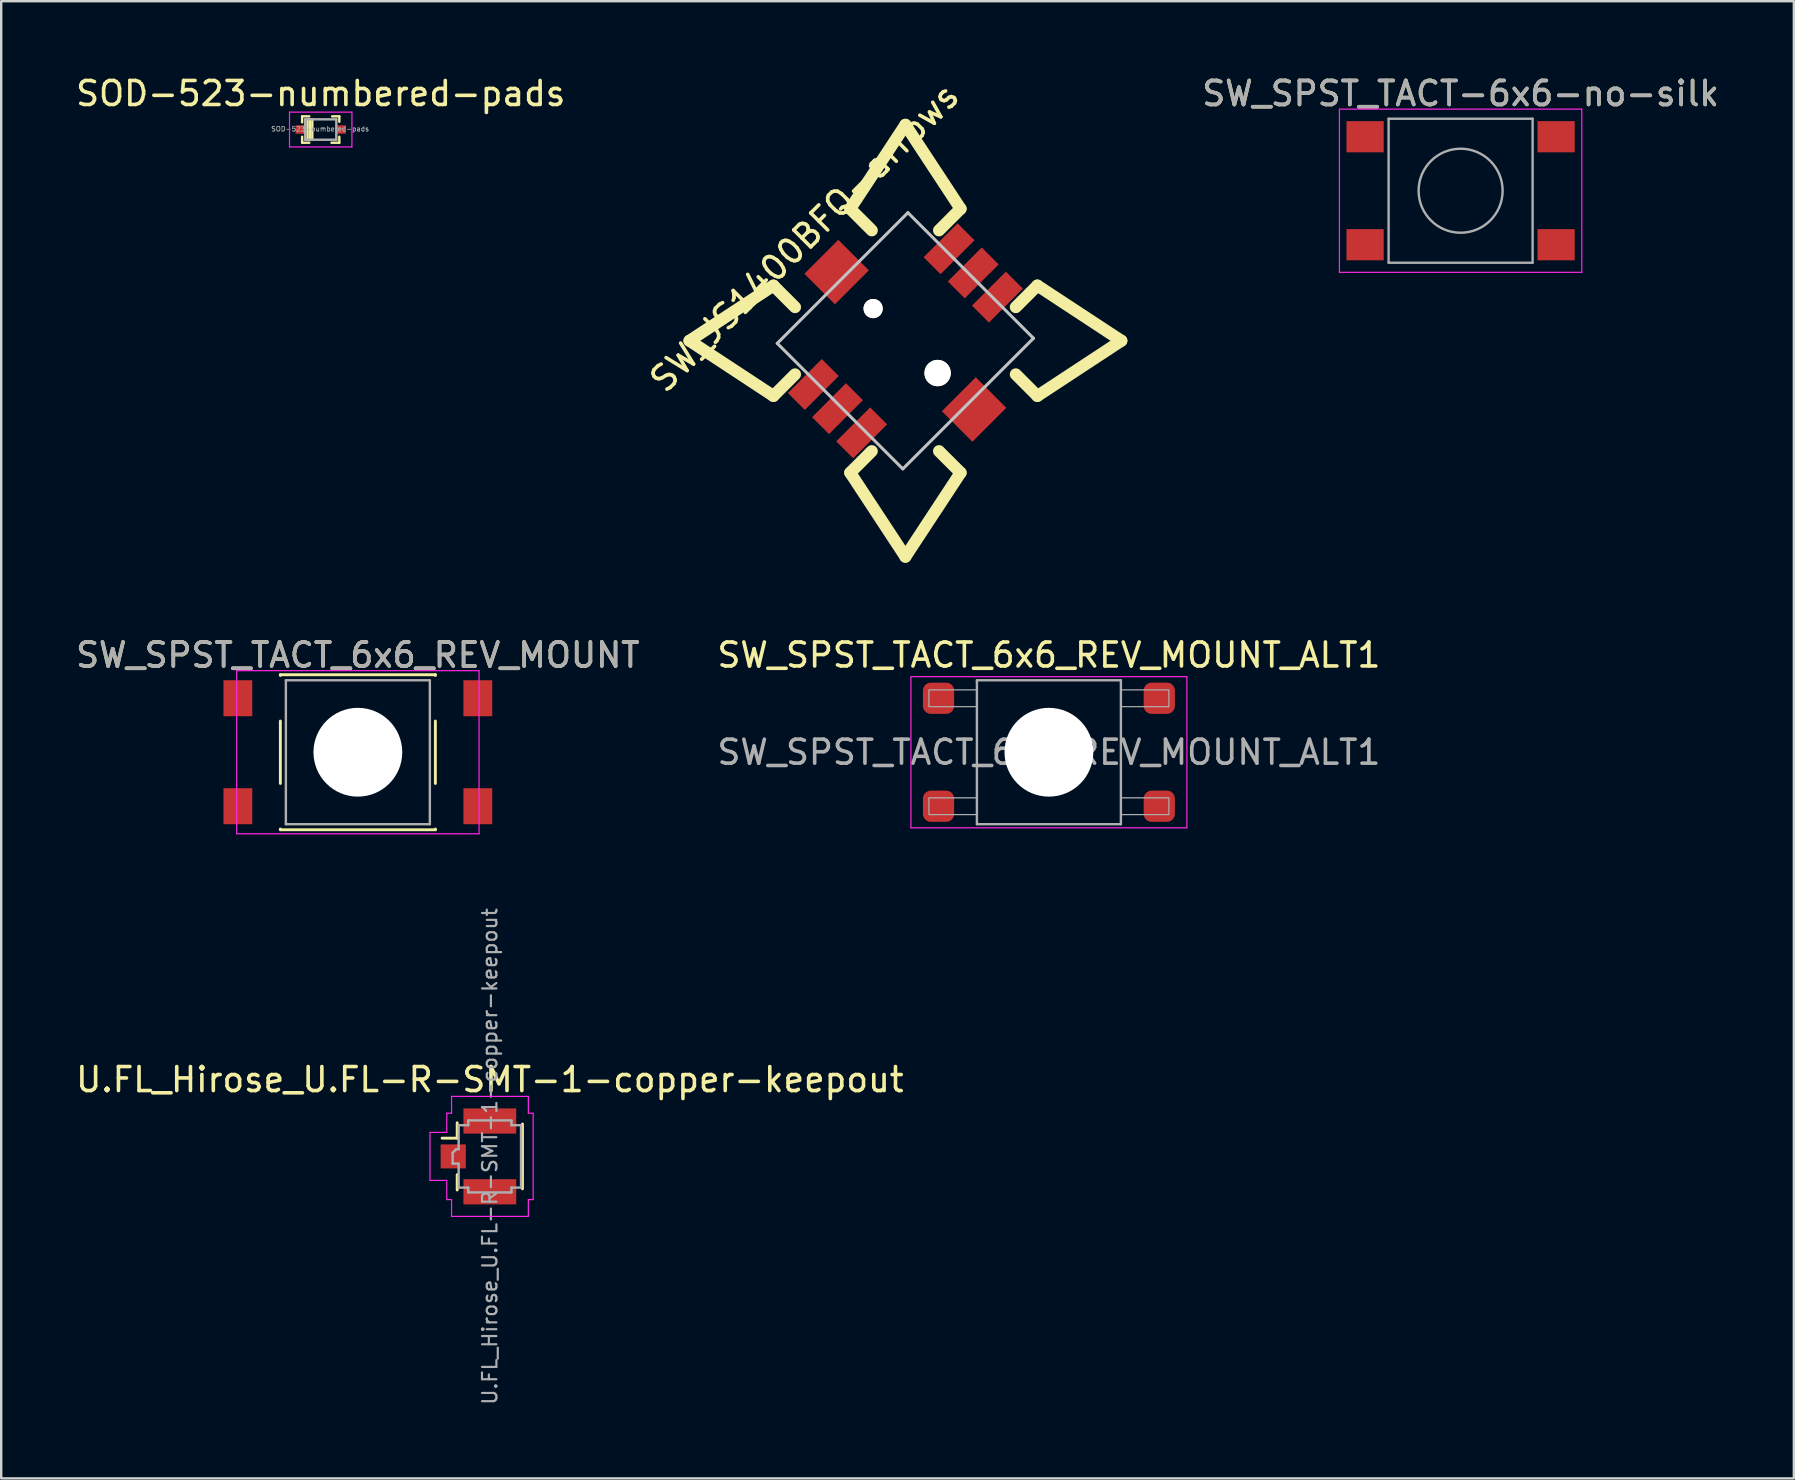
<source format=kicad_pcb>
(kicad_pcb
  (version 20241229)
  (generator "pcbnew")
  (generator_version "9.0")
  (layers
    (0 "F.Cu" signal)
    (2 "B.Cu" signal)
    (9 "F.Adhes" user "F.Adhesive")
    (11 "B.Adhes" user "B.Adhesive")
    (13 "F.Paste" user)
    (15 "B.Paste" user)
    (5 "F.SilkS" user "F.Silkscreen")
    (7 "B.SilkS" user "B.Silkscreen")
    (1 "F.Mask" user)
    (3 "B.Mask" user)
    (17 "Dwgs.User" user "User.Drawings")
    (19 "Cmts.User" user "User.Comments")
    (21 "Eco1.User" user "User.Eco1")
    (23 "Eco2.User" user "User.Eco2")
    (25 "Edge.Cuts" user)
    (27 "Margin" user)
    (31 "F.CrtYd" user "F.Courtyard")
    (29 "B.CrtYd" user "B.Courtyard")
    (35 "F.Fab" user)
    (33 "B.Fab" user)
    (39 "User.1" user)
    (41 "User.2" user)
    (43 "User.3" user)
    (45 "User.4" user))
  (footprint "SOD-523-numbered-pads"
    (layer "F.Cu")
    (at 10.315 2.348)
    (property "Reference" "SOD-523-numbered-pads" (at 0 -1.5 0) (layer "F.SilkS") (effects (font (size 1 1) (thickness 0.15))))
    (attr through_hole)
    (fp_line (start -0.775 -0.55) (end -0.775 -0.3) (stroke (width 0.1) (type solid)) (layer "F.SilkS"))
    (fp_line (start -0.775 0.3) (end -0.775 0.55) (stroke (width 0.1) (type solid)) (layer "F.SilkS"))
    (fp_line (start -0.55 -0.43) (end -0.35 -0.43) (stroke (width 0.1) (type solid)) (layer "F.SilkS"))
    (fp_line (start -0.55 0.425) (end -0.55 -0.425) (stroke (width 0.1) (type solid)) (layer "F.SilkS"))
    (fp_line (start -0.55 0.43) (end -0.35 0.43) (stroke (width 0.1) (type solid)) (layer "F.SilkS"))
    (fp_line (start -0.475 -0.55) (end -0.775 -0.55) (stroke (width 0.1) (type solid)) (layer "F.SilkS"))
    (fp_line (start -0.475 0.55) (end -0.775 0.55) (stroke (width 0.1) (type solid)) (layer "F.SilkS"))
    (fp_line (start -0.45 0.425) (end -0.45 -0.425) (stroke (width 0.1) (type solid)) (layer "F.SilkS"))
    (fp_line (start -0.35 0.425) (end -0.35 -0.425) (stroke (width 0.1) (type solid)) (layer "F.SilkS"))
    (fp_line (start 0.475 -0.55) (end 0.775 -0.55) (stroke (width 0.1) (type solid)) (layer "F.SilkS"))
    (fp_line (start 0.775 -0.55) (end 0.775 -0.325) (stroke (width 0.1) (type solid)) (layer "F.SilkS"))
    (fp_line (start 0.775 0.55) (end 0.45 0.55) (stroke (width 0.1) (type solid)) (layer "F.SilkS"))
    (fp_line (start 0.775 0.55) (end 0.775 0.3) (stroke (width 0.1) (type solid)) (layer "F.SilkS"))
    (fp_line (start -1.3 -0.725) (end 1.3 -0.725) (stroke (width 0.05) (type solid)) (layer "F.CrtYd"))
    (fp_line (start -1.3 0.725) (end -1.3 -0.725) (stroke (width 0.05) (type solid)) (layer "F.CrtYd"))
    (fp_line (start 1.3 -0.725) (end 1.3 0.725) (stroke (width 0.05) (type solid)) (layer "F.CrtYd"))
    (fp_line (start 1.3 0.725) (end -1.3 0.725) (stroke (width 0.05) (type solid)) (layer "F.CrtYd"))
    (fp_line (start -0.65 -0.425) (end 0.65 -0.425) (stroke (width 0.1) (type solid)) (layer "F.Fab"))
    (fp_line (start -0.65 0.425) (end -0.65 -0.425) (stroke (width 0.1) (type solid)) (layer "F.Fab"))
    (fp_line (start -0.65 0.425) (end 0.65 0.425) (stroke (width 0.1) (type solid)) (layer "F.Fab"))
    (fp_line (start 0.65 -0.425) (end 0.65 0.425) (stroke (width 0.1) (type solid)) (layer "F.Fab"))
    (fp_text user "${REFERENCE}" (at -0.025 -0.025 0) (layer "F.Fab") (effects (font (size 0.2 0.2) (thickness 0.03))))
    (pad "1" smd rect (at -0.85 0) (size 0.4 0.35) (layers "F.Cu" "F.Mask" "F.Paste"))
    (pad "2" smd rect (at 0.85 0) (size 0.4 0.35) (layers "F.Cu" "F.Mask" "F.Paste")))
  (footprint "U.FL_Hirose_U.FL-R-SMT-1-copper-keepout"
    (layer "F.Cu")
    (at 16.888 45.141)
    (property "Reference" "U.FL_Hirose_U.FL-R-SMT-1-copper-keepout" (at 0.475 -3.2 0) (layer "F.SilkS") (effects (font (size 1 1) (thickness 0.15))))
    (attr smd)
    (fp_line (start -0.885 -1.4) (end -0.885 -0.76) (stroke (width 0.12) (type solid)) (layer "F.SilkS"))
    (fp_line (start -0.885 -0.76) (end -1.515 -0.76) (stroke (width 0.12) (type solid)) (layer "F.SilkS"))
    (fp_line (start -0.885 1.4) (end -0.885 0.76) (stroke (width 0.12) (type solid)) (layer "F.SilkS"))
    (fp_line (start 1.835 -1.35) (end 1.835 1.35) (stroke (width 0.12) (type solid)) (layer "F.SilkS"))
    (fp_line (start -2.02 1) (end -2.02 -1) (stroke (width 0.05) (type solid)) (layer "F.CrtYd"))
    (fp_line (start -1.32 -1.8) (end -1.12 -1.8) (stroke (width 0.05) (type solid)) (layer "F.CrtYd"))
    (fp_line (start -1.32 -1) (end -2.02 -1) (stroke (width 0.05) (type solid)) (layer "F.CrtYd"))
    (fp_line (start -1.32 -1) (end -1.32 -1.8) (stroke (width 0.05) (type solid)) (layer "F.CrtYd"))
    (fp_line (start -1.32 1) (end -2.02 1) (stroke (width 0.05) (type solid)) (layer "F.CrtYd"))
    (fp_line (start -1.32 1.8) (end -1.32 1) (stroke (width 0.05) (type solid)) (layer "F.CrtYd"))
    (fp_line (start -1.32 1.8) (end -1.12 1.8) (stroke (width 0.05) (type solid)) (layer "F.CrtYd"))
    (fp_line (start -1.12 -1.8) (end -1.12 -2.5) (stroke (width 0.05) (type solid)) (layer "F.CrtYd"))
    (fp_line (start -1.12 2.5) (end -1.12 1.8) (stroke (width 0.05) (type solid)) (layer "F.CrtYd"))
    (fp_line (start 2.08 -2.5) (end -1.12 -2.5) (stroke (width 0.05) (type solid)) (layer "F.CrtYd"))
    (fp_line (start 2.08 -1.8) (end 2.08 -2.5) (stroke (width 0.05) (type solid)) (layer "F.CrtYd"))
    (fp_line (start 2.08 -1.8) (end 2.28 -1.8) (stroke (width 0.05) (type solid)) (layer "F.CrtYd"))
    (fp_line (start 2.08 1.8) (end 2.28 1.8) (stroke (width 0.05) (type solid)) (layer "F.CrtYd"))
    (fp_line (start 2.08 2.5) (end -1.12 2.5) (stroke (width 0.05) (type solid)) (layer "F.CrtYd"))
    (fp_line (start 2.08 2.5) (end 2.08 1.8) (stroke (width 0.05) (type solid)) (layer "F.CrtYd"))
    (fp_line (start 2.28 1.8) (end 2.28 -1.8) (stroke (width 0.05) (type solid)) (layer "F.CrtYd"))
    (fp_line (start -1.075 0.3) (end -1.075 -0.15) (stroke (width 0.1) (type solid)) (layer "F.Fab"))
    (fp_line (start -1.075 0.3) (end -0.825 0.3) (stroke (width 0.1) (type solid)) (layer "F.Fab"))
    (fp_line (start -0.925 -0.3) (end -1.075 -0.15) (stroke (width 0.1) (type solid)) (layer "F.Fab"))
    (fp_line (start -0.925 -0.3) (end -0.825 -0.3) (stroke (width 0.1) (type solid)) (layer "F.Fab"))
    (fp_line (start -0.825 -0.3) (end -0.825 -1.3) (stroke (width 0.1) (type solid)) (layer "F.Fab"))
    (fp_line (start -0.825 0.3) (end -0.825 1.3) (stroke (width 0.1) (type solid)) (layer "F.Fab"))
    (fp_line (start -0.425 -1.5) (end -0.425 -1.3) (stroke (width 0.1) (type solid)) (layer "F.Fab"))
    (fp_line (start -0.425 -1.5) (end 1.375 -1.5) (stroke (width 0.1) (type solid)) (layer "F.Fab"))
    (fp_line (start -0.425 -1.3) (end -0.825 -1.3) (stroke (width 0.1) (type solid)) (layer "F.Fab"))
    (fp_line (start -0.425 1.3) (end -0.825 1.3) (stroke (width 0.1) (type solid)) (layer "F.Fab"))
    (fp_line (start -0.425 1.5) (end -0.425 1.3) (stroke (width 0.1) (type solid)) (layer "F.Fab"))
    (fp_line (start -0.425 1.5) (end 1.375 1.5) (stroke (width 0.1) (type solid)) (layer "F.Fab"))
    (fp_line (start 1.375 -1.5) (end 1.375 -1.3) (stroke (width 0.1) (type solid)) (layer "F.Fab"))
    (fp_line (start 1.375 1.5) (end 1.375 1.3) (stroke (width 0.1) (type solid)) (layer "F.Fab"))
    (fp_line (start 1.775 -1.3) (end 1.375 -1.3) (stroke (width 0.1) (type solid)) (layer "F.Fab"))
    (fp_line (start 1.775 -1.3) (end 1.775 1.3) (stroke (width 0.1) (type solid)) (layer "F.Fab"))
    (fp_line (start 1.775 1.3) (end 1.375 1.3) (stroke (width 0.1) (type solid)) (layer "F.Fab"))
    (fp_text user "${REFERENCE}" (at 0.475 0 90) (layer "F.Fab") (effects (font (size 0.6 0.6) (thickness 0.09))))
    (pad "1" smd rect (at -1.05 0) (size 1.05 1) (layers "F.Cu" "F.Mask" "F.Paste"))
    (pad "2" smd rect (at 0.475 -1.475) (size 2.2 1.05) (layers "F.Cu" "F.Mask" "F.Paste"))
    (pad "2" smd rect (at 0.475 1.475) (size 2.2 1.05) (layers "F.Cu" "F.Mask" "F.Paste"))
    (zone (net_name "") (layer "F.Cu") (hatch edge 0.508) (connect_pads) (min_thickness 0.254) (filled_areas_thickness no) (keepout (tracks not_allowed) (vias not_allowed) (pads allowed) (copperpour not_allowed) (footprints allowed)) (placement (enabled no)) (fill (island_removal_mode 2) (island_area_min 10)) (polygon (pts (xy 18.463 46.091) (xy 16.263 46.091) (xy 16.263 44.191) (xy 18.463 44.191)))))
  (footprint "SW_SPST_TACT_6x6_REV_MOUNT_ALT1"
    (layer "F.Cu")
    (at 40.661 28.298)
    (property "Reference" "SW_SPST_TACT_6x6_REV_MOUNT_ALT1" (at 0 -4.05 0) (layer "F.SilkS") (effects (font (size 1 1) (thickness 0.15))))
    (attr smd)
    (fp_line (start -5.75 -3.15) (end -5.75 3.15) (stroke (width 0.05) (type solid)) (layer "F.CrtYd"))
    (fp_line (start -5.75 -3.15) (end 5.75 -3.15) (stroke (width 0.05) (type solid)) (layer "F.CrtYd"))
    (fp_line (start -5.75 3.15) (end 5.75 3.15) (stroke (width 0.05) (type solid)) (layer "F.CrtYd"))
    (fp_line (start 5.75 3.15) (end 5.75 -3.15) (stroke (width 0.05) (type solid)) (layer "F.CrtYd"))
    (fp_line (start -3 -3) (end -3 3) (stroke (width 0.1) (type solid)) (layer "F.Fab"))
    (fp_line (start -3 3) (end 3 3) (stroke (width 0.1) (type solid)) (layer "F.Fab"))
    (fp_line (start 3 -3) (end -3 -3) (stroke (width 0.1) (type solid)) (layer "F.Fab"))
    (fp_line (start 3 3) (end 3 -3) (stroke (width 0.1) (type solid)) (layer "F.Fab"))
    (fp_circle (center 0 0) (end 1.75 -0.05) (stroke (width 0.1) (type solid)) (fill no) (layer "F.Fab"))
    (fp_poly (pts (xy -3 -2.6) (xy -5 -2.6) (xy -5 -1.9) (xy -3 -1.9)) (stroke (width 0.05) (type solid)) (fill no) (layer "F.Fab"))
    (fp_poly (pts (xy -3 1.9) (xy -5 1.9) (xy -5 2.6) (xy -3 2.6)) (stroke (width 0.05) (type solid)) (fill no) (layer "F.Fab"))
    (fp_poly (pts (xy 5 -2.6) (xy 3 -2.6) (xy 3 -1.9) (xy 5 -1.9)) (stroke (width 0.05) (type solid)) (fill no) (layer "F.Fab"))
    (fp_poly (pts (xy 5 1.9) (xy 3 1.9) (xy 3 2.6) (xy 5 2.6)) (stroke (width 0.05) (type solid)) (fill no) (layer "F.Fab"))
    (fp_text user "${REFERENCE}" (at 0 0 0) (layer "F.Fab") (effects (font (size 1 1) (thickness 0.15))))
    (pad "" np_thru_hole circle (at 0 0) (size 3.7 3.7) (drill 3.7) (layers "*.Cu" "*.Mask"))
    (pad "1" smd roundrect (at -4.6 -2.25) (size 1.3 1.3) (layers "F.Cu" "F.Mask" "F.Paste") (roundrect_rratio 0.25))
    (pad "2" smd roundrect (at 4.6 -2.25) (size 1.3 1.3) (layers "F.Cu" "F.Mask" "F.Paste") (roundrect_rratio 0.25))
    (pad "3" smd roundrect (at 4.6 2.25) (size 1.3 1.3) (layers "F.Cu" "F.Mask" "F.Paste") (roundrect_rratio 0.25))
    (pad "4" smd roundrect (at -4.6 2.25) (size 1.3 1.3) (layers "F.Cu" "F.Mask" "F.Paste") (roundrect_rratio 0.25)))
  (footprint "SW_JS1400BFQ-arrows"
    (layer "F.Cu")
    (at 34.681 11.15)
    (property "Reference" "SW_JS1400BFQ-arrows" (at -4.2 -4.3 45) (layer "F.SilkS") (effects (font (size 1 1) (thickness 0.15))))
    (attr smd)
    (fp_line (start -5.5 -2.3) (end -9 0) (stroke (width 0.5) (type solid)) (layer "F.SilkS"))
    (fp_line (start -5.5 2.3) (end -9 0) (stroke (width 0.5) (type solid)) (layer "F.SilkS"))
    (fp_line (start -4.6 -1.4) (end -5.5 -2.3) (stroke (width 0.5) (type solid)) (layer "F.SilkS"))
    (fp_line (start -4.6 1.4) (end -5.5 2.3) (stroke (width 0.5) (type solid)) (layer "F.SilkS"))
    (fp_line (start -2.83 -2.826) (end 2.826 2.83) (stroke (width 0.001) (type solid)) (layer "F.SilkS"))
    (fp_line (start -2.83 2.83) (end 2.826 -2.826) (stroke (width 0.001) (type solid)) (layer "F.SilkS"))
    (fp_line (start -2.3 -5.5) (end 0 -9) (stroke (width 0.5) (type solid)) (layer "F.SilkS"))
    (fp_line (start -2.3 5.5) (end 0 9) (stroke (width 0.5) (type solid)) (layer "F.SilkS"))
    (fp_line (start -1.4 -4.6) (end -2.3 -5.5) (stroke (width 0.5) (type solid)) (layer "F.SilkS"))
    (fp_line (start -1.4 4.6) (end -2.3 5.5) (stroke (width 0.5) (type solid)) (layer "F.SilkS"))
    (fp_line (start 1.4 -4.6) (end 2.3 -5.5) (stroke (width 0.5) (type solid)) (layer "F.SilkS"))
    (fp_line (start 1.4 4.6) (end 2.3 5.5) (stroke (width 0.5) (type solid)) (layer "F.SilkS"))
    (fp_line (start 2.3 -5.5) (end 0 -9) (stroke (width 0.5) (type solid)) (layer "F.SilkS"))
    (fp_line (start 2.3 5.5) (end 0 9) (stroke (width 0.5) (type solid)) (layer "F.SilkS"))
    (fp_line (start 4.6 -1.4) (end 5.5 -2.3) (stroke (width 0.5) (type solid)) (layer "F.SilkS"))
    (fp_line (start 4.6 1.4) (end 5.5 2.3) (stroke (width 0.5) (type solid)) (layer "F.SilkS"))
    (fp_line (start 5.5 -2.3) (end 9 0) (stroke (width 0.5) (type solid)) (layer "F.SilkS"))
    (fp_line (start 5.5 2.3) (end 9 0) (stroke (width 0.5) (type solid)) (layer "F.SilkS"))
    (fp_line (start -5.341 0.108) (end 0.104 -5.337) (stroke (width 0.127) (type solid)) (layer "Dwgs.User"))
    (fp_line (start -0.108 5.341) (end -5.341 0.108) (stroke (width 0.127) (type solid)) (layer "Dwgs.User"))
    (fp_line (start 0.104 -5.337) (end 5.337 -0.104) (stroke (width 0.127) (type solid)) (layer "Dwgs.User"))
    (fp_line (start 5.337 -0.104) (end -0.108 5.341) (stroke (width 0.127) (type solid)) (layer "Dwgs.User"))
    (fp_line (start -7.391 0.037) (end 0.033 -7.387) (stroke (width 0.05) (type solid)) (layer "Eco1.User"))
    (fp_line (start -0.037 7.391) (end -7.391 0.037) (stroke (width 0.05) (type solid)) (layer "Eco1.User"))
    (fp_line (start 0.033 -7.387) (end 7.387 -0.033) (stroke (width 0.05) (type solid)) (layer "Eco1.User"))
    (fp_line (start 7.387 -0.033) (end -0.037 7.391) (stroke (width 0.05) (type solid)) (layer "Eco1.User"))
    (pad "" np_thru_hole circle (at -1.345 -1.341 45) (size 0.8 0.8) (drill 0.8) (layers "*.Cu" "*.Mask" "F.SilkS"))
    (pad "" np_thru_hole circle (at 1.342 1.346 45) (size 1.1 1.1) (drill 1.1) (layers "*.Cu" "*.Mask" "F.SilkS"))
    (pad "1" smd rect (at -3.838 1.823 45) (size 2 1) (layers "F.Cu" "F.Mask" "F.Paste"))
    (pad "2" smd rect (at -2.83 2.83 45) (size 2 1) (layers "F.Cu" "F.Mask" "F.Paste"))
    (pad "3" smd rect (at -1.823 3.838 45) (size 2 1) (layers "F.Cu" "F.Mask" "F.Paste"))
    (pad "4" smd rect (at 1.819 -3.834 45) (size 2 1) (layers "F.Cu" "F.Mask" "F.Paste"))
    (pad "5" smd rect (at 2.826 -2.826 45) (size 2 1) (layers "F.Cu" "F.Mask" "F.Paste"))
    (pad "6" smd rect (at 3.834 -1.819 45) (size 2 1) (layers "F.Cu" "F.Mask" "F.Paste"))
    (pad "SH1" smd rect (at -2.866 -2.862 45) (size 2 1.8) (layers "F.Cu" "F.Mask" "F.Paste"))
    (pad "SH2" smd rect (at 2.862 2.866 45) (size 2 1.8) (layers "F.Cu" "F.Mask" "F.Paste")))
  (footprint "SW_SPST_TACT_6x6_REV_MOUNT"
    (layer "F.Cu")
    (at 11.863 28.298)
    (property "Reference" "SW_SPST_TACT_6x6_REV_MOUNT" (at 0 -4.05 0) (layer "F.SilkS") (effects (font (size 1 1) (thickness 0.15))))
    (attr smd)
    (fp_line (start -3.23 -3.23) (end 3.23 -3.23) (stroke (width 0.12) (type solid)) (layer "F.SilkS"))
    (fp_line (start -3.23 -3.2) (end -3.23 -3.23) (stroke (width 0.12) (type solid)) (layer "F.SilkS"))
    (fp_line (start -3.23 -1.3) (end -3.23 1.3) (stroke (width 0.12) (type solid)) (layer "F.SilkS"))
    (fp_line (start -3.23 3.23) (end -3.23 3.2) (stroke (width 0.12) (type solid)) (layer "F.SilkS"))
    (fp_line (start -3.23 3.23) (end 3.23 3.23) (stroke (width 0.12) (type solid)) (layer "F.SilkS"))
    (fp_line (start 3.23 -3.23) (end 3.23 -3.2) (stroke (width 0.12) (type solid)) (layer "F.SilkS"))
    (fp_line (start 3.23 -1.3) (end 3.23 1.3) (stroke (width 0.12) (type solid)) (layer "F.SilkS"))
    (fp_line (start 3.23 3.23) (end 3.23 3.2) (stroke (width 0.12) (type solid)) (layer "F.SilkS"))
    (fp_line (start -5.05 -3.4) (end -5.05 3.4) (stroke (width 0.05) (type solid)) (layer "F.CrtYd"))
    (fp_line (start -5.05 -3.4) (end 5.05 -3.4) (stroke (width 0.05) (type solid)) (layer "F.CrtYd"))
    (fp_line (start -5.05 3.4) (end 5.05 3.4) (stroke (width 0.05) (type solid)) (layer "F.CrtYd"))
    (fp_line (start 5.05 3.4) (end 5.05 -3.4) (stroke (width 0.05) (type solid)) (layer "F.CrtYd"))
    (fp_line (start -3 -3) (end -3 3) (stroke (width 0.1) (type solid)) (layer "F.Fab"))
    (fp_line (start -3 3) (end 3 3) (stroke (width 0.1) (type solid)) (layer "F.Fab"))
    (fp_line (start 3 -3) (end -3 -3) (stroke (width 0.1) (type solid)) (layer "F.Fab"))
    (fp_line (start 3 3) (end 3 -3) (stroke (width 0.1) (type solid)) (layer "F.Fab"))
    (fp_circle (center 0 0) (end 1.75 -0.05) (stroke (width 0.1) (type solid)) (fill no) (layer "F.Fab"))
    (fp_text user "${REFERENCE}" (at 0 -4.05 0) (layer "F.Fab") (effects (font (size 1 1) (thickness 0.15))))
    (pad "" np_thru_hole circle (at 0 0) (size 3.7 3.7) (drill 3.7) (layers "*.Cu" "*.Mask"))
    (pad "1" smd rect (at -5 -2.25) (size 1.2 1.5) (layers "F.Cu" "F.Mask" "F.Paste"))
    (pad "2" smd rect (at 5 -2.25) (size 1.2 1.5) (layers "F.Cu" "F.Mask" "F.Paste"))
    (pad "3" smd rect (at 5 2.25) (size 1.2 1.5) (layers "F.Cu" "F.Mask" "F.Paste"))
    (pad "4" smd rect (at -5 2.25) (size 1.2 1.5) (layers "F.Cu" "F.Mask" "F.Paste")))
  (footprint "SW_SPST_TACT-6x6-no-silk"
    (layer "F.Cu")
    (at 57.818 4.898)
    (property "Reference" "SW_SPST_TACT-6x6-no-silk" (at 0 -4.05 0) (layer "F.SilkS") (effects (font (size 1 1) (thickness 0.15))))
    (attr smd)
    (fp_line (start -5.05 -3.4) (end -5.05 3.4) (stroke (width 0.05) (type solid)) (layer "F.CrtYd"))
    (fp_line (start -5.05 -3.4) (end 5.05 -3.4) (stroke (width 0.05) (type solid)) (layer "F.CrtYd"))
    (fp_line (start -5.05 3.4) (end 5.05 3.4) (stroke (width 0.05) (type solid)) (layer "F.CrtYd"))
    (fp_line (start 5.05 3.4) (end 5.05 -3.4) (stroke (width 0.05) (type solid)) (layer "F.CrtYd"))
    (fp_line (start -3 -3) (end -3 3) (stroke (width 0.1) (type solid)) (layer "F.Fab"))
    (fp_line (start -3 3) (end 3 3) (stroke (width 0.1) (type solid)) (layer "F.Fab"))
    (fp_line (start 3 -3) (end -3 -3) (stroke (width 0.1) (type solid)) (layer "F.Fab"))
    (fp_line (start 3 3) (end 3 -3) (stroke (width 0.1) (type solid)) (layer "F.Fab"))
    (fp_circle (center 0 0) (end 1.75 -0.05) (stroke (width 0.1) (type solid)) (fill no) (layer "F.Fab"))
    (fp_text user "${REFERENCE}" (at 0 -4.05 0) (layer "F.Fab") (effects (font (size 1 1) (thickness 0.15))))
    (pad "1" smd rect (at -3.98 -2.25) (size 1.55 1.3) (layers "F.Cu" "F.Mask" "F.Paste"))
    (pad "2" smd rect (at 3.98 -2.25) (size 1.55 1.3) (layers "F.Cu" "F.Mask" "F.Paste"))
    (pad "3" smd rect (at 3.98 2.25) (size 1.55 1.3) (layers "F.Cu" "F.Mask" "F.Paste"))
    (pad "4" smd rect (at -3.98 2.25) (size 1.55 1.3) (layers "F.Cu" "F.Mask" "F.Paste")))
  (gr_rect
    (start -3 -3)
    (end 71.705 58.559)
    (stroke (width 0.1) (type default))
    (fill no)
    (layer "Edge.Cuts")))
</source>
